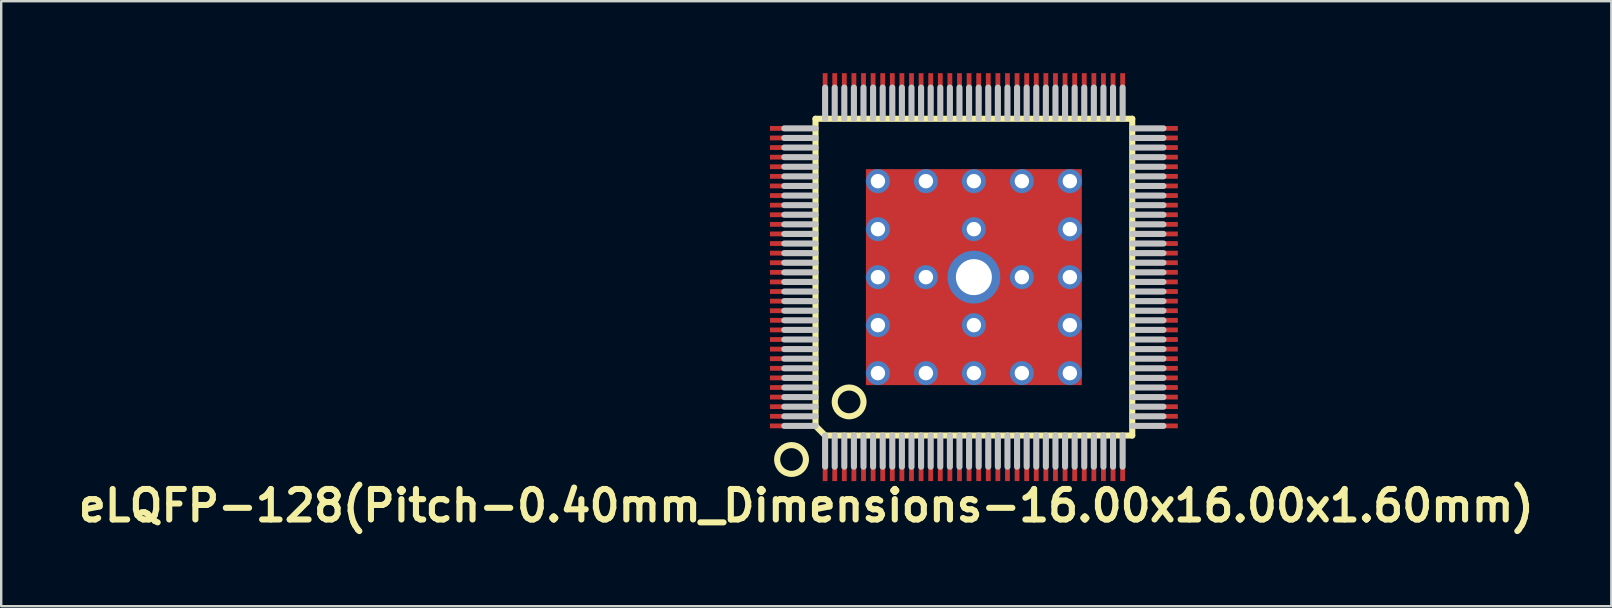
<source format=kicad_pcb>
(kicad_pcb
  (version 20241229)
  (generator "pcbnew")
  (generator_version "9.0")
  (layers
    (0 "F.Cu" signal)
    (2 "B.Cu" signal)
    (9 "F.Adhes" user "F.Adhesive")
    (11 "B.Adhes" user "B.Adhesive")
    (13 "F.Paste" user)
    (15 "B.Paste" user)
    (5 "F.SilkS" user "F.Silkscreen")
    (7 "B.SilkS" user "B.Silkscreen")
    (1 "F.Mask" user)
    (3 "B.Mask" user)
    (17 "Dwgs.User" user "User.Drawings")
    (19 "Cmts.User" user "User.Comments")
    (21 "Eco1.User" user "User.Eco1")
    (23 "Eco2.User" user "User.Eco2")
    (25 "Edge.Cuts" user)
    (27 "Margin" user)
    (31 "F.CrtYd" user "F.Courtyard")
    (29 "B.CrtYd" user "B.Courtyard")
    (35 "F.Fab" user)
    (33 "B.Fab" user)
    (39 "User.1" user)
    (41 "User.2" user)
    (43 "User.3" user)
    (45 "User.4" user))
  (footprint "eLQFP-128(Pitch-0.40mm_Dimensions-16.00x16.00x1.60mm)"
    (layer "F.Cu")
    (at 37.538 8.5)
    (property "Reference" "eLQFP-128(Pitch-0.40mm_Dimensions-16.00x16.00x1.60mm)" (at -6.985 9.525 0) (layer "F.SilkS") (effects (font (size 1.27 1.27) (thickness 0.254))))
    (attr smd)
    (fp_line (start -6.6 -6.6) (end 6.6 -6.6) (stroke (width 0.254) (type solid)) (layer "F.SilkS"))
    (fp_line (start -6.6 6.2) (end -6.6 -6.6) (stroke (width 0.254) (type solid)) (layer "F.SilkS"))
    (fp_line (start -6.2 6.6) (end -6.6 6.2) (stroke (width 0.254) (type solid)) (layer "F.SilkS"))
    (fp_line (start 6.6 -6.6) (end 6.6 6.6) (stroke (width 0.254) (type solid)) (layer "F.SilkS"))
    (fp_line (start 6.6 6.6) (end -6.2 6.6) (stroke (width 0.254) (type solid)) (layer "F.SilkS"))
    (fp_circle (center -7.6 7.6) (end -7 7.6) (stroke (width 0.254) (type solid)) (fill no) (layer "F.SilkS"))
    (fp_circle (center -5.2 5.2) (end -4.6 5.2) (stroke (width 0.254) (type solid)) (fill no) (layer "F.SilkS"))
    (fp_poly (pts (xy -3.5 -0.5) (xy -3.5 -3.5) (xy -0.5 -3.5) (xy -0.5 -1) (xy -1 -0.5) (xy -3.25 -0.5)) (stroke (width 0) (type solid)) (fill yes) (layer "F.Paste"))
    (fp_poly (pts (xy -0.5 3.5) (xy -3.5 3.5) (xy -3.5 0.5) (xy -1 0.5) (xy -0.5 1) (xy -0.5 3.25)) (stroke (width 0) (type solid)) (fill yes) (layer "F.Paste"))
    (fp_poly (pts (xy 0.5 -3.5) (xy 3.5 -3.5) (xy 3.5 -0.5) (xy 1 -0.5) (xy 0.5 -1) (xy 0.5 -3.25)) (stroke (width 0) (type solid)) (fill yes) (layer "F.Paste"))
    (fp_poly (pts (xy 3.5 0.5) (xy 3.5 3.5) (xy 0.5 3.5) (xy 0.5 1) (xy 1 0.5) (xy 3.25 0.5)) (stroke (width 0) (type solid)) (fill yes) (layer "F.Paste"))
    (fp_line (start -7.9 -6.2) (end -6.6 -6.2) (stroke (width 0.254) (type solid)) (layer "Dwgs.User"))
    (fp_line (start -7.9 -5.8) (end -6.6 -5.8) (stroke (width 0.254) (type solid)) (layer "Dwgs.User"))
    (fp_line (start -7.9 -5.4) (end -6.6 -5.4) (stroke (width 0.254) (type solid)) (layer "Dwgs.User"))
    (fp_line (start -7.9 -5) (end -6.6 -5) (stroke (width 0.254) (type solid)) (layer "Dwgs.User"))
    (fp_line (start -7.9 -4.6) (end -6.6 -4.6) (stroke (width 0.254) (type solid)) (layer "Dwgs.User"))
    (fp_line (start -7.9 -4.2) (end -6.6 -4.2) (stroke (width 0.254) (type solid)) (layer "Dwgs.User"))
    (fp_line (start -7.9 -3.8) (end -6.6 -3.8) (stroke (width 0.254) (type solid)) (layer "Dwgs.User"))
    (fp_line (start -7.9 -3.4) (end -6.6 -3.4) (stroke (width 0.254) (type solid)) (layer "Dwgs.User"))
    (fp_line (start -7.9 -3) (end -6.6 -3) (stroke (width 0.254) (type solid)) (layer "Dwgs.User"))
    (fp_line (start -7.9 -2.6) (end -6.6 -2.6) (stroke (width 0.254) (type solid)) (layer "Dwgs.User"))
    (fp_line (start -7.9 -2.2) (end -6.6 -2.2) (stroke (width 0.254) (type solid)) (layer "Dwgs.User"))
    (fp_line (start -7.9 -1.8) (end -6.6 -1.8) (stroke (width 0.254) (type solid)) (layer "Dwgs.User"))
    (fp_line (start -7.9 -1.4) (end -6.6 -1.4) (stroke (width 0.254) (type solid)) (layer "Dwgs.User"))
    (fp_line (start -7.9 -1) (end -6.6 -1) (stroke (width 0.254) (type solid)) (layer "Dwgs.User"))
    (fp_line (start -7.9 -0.6) (end -6.6 -0.6) (stroke (width 0.254) (type solid)) (layer "Dwgs.User"))
    (fp_line (start -7.9 -0.2) (end -6.6 -0.2) (stroke (width 0.254) (type solid)) (layer "Dwgs.User"))
    (fp_line (start -7.9 0.2) (end -6.6 0.2) (stroke (width 0.254) (type solid)) (layer "Dwgs.User"))
    (fp_line (start -7.9 0.6) (end -6.6 0.6) (stroke (width 0.254) (type solid)) (layer "Dwgs.User"))
    (fp_line (start -7.9 1) (end -6.6 1) (stroke (width 0.254) (type solid)) (layer "Dwgs.User"))
    (fp_line (start -7.9 1.4) (end -6.6 1.4) (stroke (width 0.254) (type solid)) (layer "Dwgs.User"))
    (fp_line (start -7.9 1.8) (end -6.6 1.8) (stroke (width 0.254) (type solid)) (layer "Dwgs.User"))
    (fp_line (start -7.9 2.2) (end -6.6 2.2) (stroke (width 0.254) (type solid)) (layer "Dwgs.User"))
    (fp_line (start -7.9 2.6) (end -6.6 2.6) (stroke (width 0.254) (type solid)) (layer "Dwgs.User"))
    (fp_line (start -7.9 3) (end -6.6 3) (stroke (width 0.254) (type solid)) (layer "Dwgs.User"))
    (fp_line (start -7.9 3.4) (end -6.6 3.4) (stroke (width 0.254) (type solid)) (layer "Dwgs.User"))
    (fp_line (start -7.9 3.8) (end -6.6 3.8) (stroke (width 0.254) (type solid)) (layer "Dwgs.User"))
    (fp_line (start -7.9 4.2) (end -6.6 4.2) (stroke (width 0.254) (type solid)) (layer "Dwgs.User"))
    (fp_line (start -7.9 4.6) (end -6.6 4.6) (stroke (width 0.254) (type solid)) (layer "Dwgs.User"))
    (fp_line (start -7.9 5) (end -6.6 5) (stroke (width 0.254) (type solid)) (layer "Dwgs.User"))
    (fp_line (start -7.9 5.4) (end -6.6 5.4) (stroke (width 0.254) (type solid)) (layer "Dwgs.User"))
    (fp_line (start -7.9 5.8) (end -6.6 5.8) (stroke (width 0.254) (type solid)) (layer "Dwgs.User"))
    (fp_line (start -7.9 6.2) (end -6.6 6.2) (stroke (width 0.254) (type solid)) (layer "Dwgs.User"))
    (fp_line (start -6.2 -7.9) (end -6.2 -6.6) (stroke (width 0.254) (type solid)) (layer "Dwgs.User"))
    (fp_line (start -6.2 6.6) (end -6.2 7.9) (stroke (width 0.254) (type solid)) (layer "Dwgs.User"))
    (fp_line (start -5.8 -7.9) (end -5.8 -6.6) (stroke (width 0.254) (type solid)) (layer "Dwgs.User"))
    (fp_line (start -5.8 6.6) (end -5.8 7.9) (stroke (width 0.254) (type solid)) (layer "Dwgs.User"))
    (fp_line (start -5.4 -7.9) (end -5.4 -6.6) (stroke (width 0.254) (type solid)) (layer "Dwgs.User"))
    (fp_line (start -5.4 6.6) (end -5.4 7.9) (stroke (width 0.254) (type solid)) (layer "Dwgs.User"))
    (fp_line (start -5 -7.9) (end -5 -6.6) (stroke (width 0.254) (type solid)) (layer "Dwgs.User"))
    (fp_line (start -5 6.6) (end -5 7.9) (stroke (width 0.254) (type solid)) (layer "Dwgs.User"))
    (fp_line (start -4.6 -7.9) (end -4.6 -6.6) (stroke (width 0.254) (type solid)) (layer "Dwgs.User"))
    (fp_line (start -4.6 6.6) (end -4.6 7.9) (stroke (width 0.254) (type solid)) (layer "Dwgs.User"))
    (fp_line (start -4.2 -7.9) (end -4.2 -6.6) (stroke (width 0.254) (type solid)) (layer "Dwgs.User"))
    (fp_line (start -4.2 6.6) (end -4.2 7.9) (stroke (width 0.254) (type solid)) (layer "Dwgs.User"))
    (fp_line (start -3.8 -7.9) (end -3.8 -6.6) (stroke (width 0.254) (type solid)) (layer "Dwgs.User"))
    (fp_line (start -3.8 6.6) (end -3.8 7.9) (stroke (width 0.254) (type solid)) (layer "Dwgs.User"))
    (fp_line (start -3.4 -7.9) (end -3.4 -6.6) (stroke (width 0.254) (type solid)) (layer "Dwgs.User"))
    (fp_line (start -3.4 6.6) (end -3.4 7.9) (stroke (width 0.254) (type solid)) (layer "Dwgs.User"))
    (fp_line (start -3 -7.9) (end -3 -6.6) (stroke (width 0.254) (type solid)) (layer "Dwgs.User"))
    (fp_line (start -3 6.6) (end -3 7.9) (stroke (width 0.254) (type solid)) (layer "Dwgs.User"))
    (fp_line (start -2.6 -7.9) (end -2.6 -6.6) (stroke (width 0.254) (type solid)) (layer "Dwgs.User"))
    (fp_line (start -2.6 6.6) (end -2.6 7.9) (stroke (width 0.254) (type solid)) (layer "Dwgs.User"))
    (fp_line (start -2.2 -7.9) (end -2.2 -6.6) (stroke (width 0.254) (type solid)) (layer "Dwgs.User"))
    (fp_line (start -2.2 6.6) (end -2.2 7.9) (stroke (width 0.254) (type solid)) (layer "Dwgs.User"))
    (fp_line (start -1.8 -7.9) (end -1.8 -6.6) (stroke (width 0.254) (type solid)) (layer "Dwgs.User"))
    (fp_line (start -1.8 6.6) (end -1.8 7.9) (stroke (width 0.254) (type solid)) (layer "Dwgs.User"))
    (fp_line (start -1.4 -7.9) (end -1.4 -6.6) (stroke (width 0.254) (type solid)) (layer "Dwgs.User"))
    (fp_line (start -1.4 6.6) (end -1.4 7.9) (stroke (width 0.254) (type solid)) (layer "Dwgs.User"))
    (fp_line (start -1 -7.9) (end -1 -6.6) (stroke (width 0.254) (type solid)) (layer "Dwgs.User"))
    (fp_line (start -1 6.6) (end -1 7.9) (stroke (width 0.254) (type solid)) (layer "Dwgs.User"))
    (fp_line (start -0.6 -7.9) (end -0.6 -6.6) (stroke (width 0.254) (type solid)) (layer "Dwgs.User"))
    (fp_line (start -0.6 6.6) (end -0.6 7.9) (stroke (width 0.254) (type solid)) (layer "Dwgs.User"))
    (fp_line (start -0.2 -7.9) (end -0.2 -6.6) (stroke (width 0.254) (type solid)) (layer "Dwgs.User"))
    (fp_line (start -0.2 6.6) (end -0.2 7.9) (stroke (width 0.254) (type solid)) (layer "Dwgs.User"))
    (fp_line (start 0.2 -7.9) (end 0.2 -6.6) (stroke (width 0.254) (type solid)) (layer "Dwgs.User"))
    (fp_line (start 0.2 6.6) (end 0.2 7.9) (stroke (width 0.254) (type solid)) (layer "Dwgs.User"))
    (fp_line (start 0.6 -7.9) (end 0.6 -6.6) (stroke (width 0.254) (type solid)) (layer "Dwgs.User"))
    (fp_line (start 0.6 6.6) (end 0.6 7.9) (stroke (width 0.254) (type solid)) (layer "Dwgs.User"))
    (fp_line (start 1 -7.9) (end 1 -6.6) (stroke (width 0.254) (type solid)) (layer "Dwgs.User"))
    (fp_line (start 1 6.6) (end 1 7.9) (stroke (width 0.254) (type solid)) (layer "Dwgs.User"))
    (fp_line (start 1.4 -7.9) (end 1.4 -6.6) (stroke (width 0.254) (type solid)) (layer "Dwgs.User"))
    (fp_line (start 1.4 6.6) (end 1.4 7.9) (stroke (width 0.254) (type solid)) (layer "Dwgs.User"))
    (fp_line (start 1.8 -7.9) (end 1.8 -6.6) (stroke (width 0.254) (type solid)) (layer "Dwgs.User"))
    (fp_line (start 1.8 6.6) (end 1.8 7.9) (stroke (width 0.254) (type solid)) (layer "Dwgs.User"))
    (fp_line (start 2.2 -7.9) (end 2.2 -6.6) (stroke (width 0.254) (type solid)) (layer "Dwgs.User"))
    (fp_line (start 2.2 6.6) (end 2.2 7.9) (stroke (width 0.254) (type solid)) (layer "Dwgs.User"))
    (fp_line (start 2.6 -7.9) (end 2.6 -6.6) (stroke (width 0.254) (type solid)) (layer "Dwgs.User"))
    (fp_line (start 2.6 6.6) (end 2.6 7.9) (stroke (width 0.254) (type solid)) (layer "Dwgs.User"))
    (fp_line (start 3 -7.9) (end 3 -6.6) (stroke (width 0.254) (type solid)) (layer "Dwgs.User"))
    (fp_line (start 3 6.6) (end 3 7.9) (stroke (width 0.254) (type solid)) (layer "Dwgs.User"))
    (fp_line (start 3.4 -7.9) (end 3.4 -6.6) (stroke (width 0.254) (type solid)) (layer "Dwgs.User"))
    (fp_line (start 3.4 6.6) (end 3.4 7.9) (stroke (width 0.254) (type solid)) (layer "Dwgs.User"))
    (fp_line (start 3.8 -7.9) (end 3.8 -6.6) (stroke (width 0.254) (type solid)) (layer "Dwgs.User"))
    (fp_line (start 3.8 6.6) (end 3.8 7.9) (stroke (width 0.254) (type solid)) (layer "Dwgs.User"))
    (fp_line (start 4.2 -7.9) (end 4.2 -6.6) (stroke (width 0.254) (type solid)) (layer "Dwgs.User"))
    (fp_line (start 4.2 6.6) (end 4.2 7.9) (stroke (width 0.254) (type solid)) (layer "Dwgs.User"))
    (fp_line (start 4.6 -7.9) (end 4.6 -6.6) (stroke (width 0.254) (type solid)) (layer "Dwgs.User"))
    (fp_line (start 4.6 6.6) (end 4.6 7.9) (stroke (width 0.254) (type solid)) (layer "Dwgs.User"))
    (fp_line (start 5 -7.9) (end 5 -6.6) (stroke (width 0.254) (type solid)) (layer "Dwgs.User"))
    (fp_line (start 5 6.6) (end 5 7.9) (stroke (width 0.254) (type solid)) (layer "Dwgs.User"))
    (fp_line (start 5.4 -7.9) (end 5.4 -6.6) (stroke (width 0.254) (type solid)) (layer "Dwgs.User"))
    (fp_line (start 5.4 6.6) (end 5.4 7.9) (stroke (width 0.254) (type solid)) (layer "Dwgs.User"))
    (fp_line (start 5.8 -7.9) (end 5.8 -6.6) (stroke (width 0.254) (type solid)) (layer "Dwgs.User"))
    (fp_line (start 5.8 6.6) (end 5.8 7.9) (stroke (width 0.254) (type solid)) (layer "Dwgs.User"))
    (fp_line (start 6.2 -7.9) (end 6.2 -6.6) (stroke (width 0.254) (type solid)) (layer "Dwgs.User"))
    (fp_line (start 6.2 6.6) (end 6.2 7.9) (stroke (width 0.254) (type solid)) (layer "Dwgs.User"))
    (fp_line (start 6.6 -6.2) (end 7.9 -6.2) (stroke (width 0.254) (type solid)) (layer "Dwgs.User"))
    (fp_line (start 6.6 -5.8) (end 7.9 -5.8) (stroke (width 0.254) (type solid)) (layer "Dwgs.User"))
    (fp_line (start 6.6 -5.4) (end 7.9 -5.4) (stroke (width 0.254) (type solid)) (layer "Dwgs.User"))
    (fp_line (start 6.6 -5) (end 7.9 -5) (stroke (width 0.254) (type solid)) (layer "Dwgs.User"))
    (fp_line (start 6.6 -4.6) (end 7.9 -4.6) (stroke (width 0.254) (type solid)) (layer "Dwgs.User"))
    (fp_line (start 6.6 -4.2) (end 7.9 -4.2) (stroke (width 0.254) (type solid)) (layer "Dwgs.User"))
    (fp_line (start 6.6 -3.8) (end 7.9 -3.8) (stroke (width 0.254) (type solid)) (layer "Dwgs.User"))
    (fp_line (start 6.6 -3.4) (end 7.9 -3.4) (stroke (width 0.254) (type solid)) (layer "Dwgs.User"))
    (fp_line (start 6.6 -3) (end 7.9 -3) (stroke (width 0.254) (type solid)) (layer "Dwgs.User"))
    (fp_line (start 6.6 -2.6) (end 7.9 -2.6) (stroke (width 0.254) (type solid)) (layer "Dwgs.User"))
    (fp_line (start 6.6 -2.2) (end 7.9 -2.2) (stroke (width 0.254) (type solid)) (layer "Dwgs.User"))
    (fp_line (start 6.6 -1.8) (end 7.9 -1.8) (stroke (width 0.254) (type solid)) (layer "Dwgs.User"))
    (fp_line (start 6.6 -1.4) (end 7.9 -1.4) (stroke (width 0.254) (type solid)) (layer "Dwgs.User"))
    (fp_line (start 6.6 -1) (end 7.9 -1) (stroke (width 0.254) (type solid)) (layer "Dwgs.User"))
    (fp_line (start 6.6 -0.6) (end 7.9 -0.6) (stroke (width 0.254) (type solid)) (layer "Dwgs.User"))
    (fp_line (start 6.6 -0.2) (end 7.9 -0.2) (stroke (width 0.254) (type solid)) (layer "Dwgs.User"))
    (fp_line (start 6.6 0.2) (end 7.9 0.2) (stroke (width 0.254) (type solid)) (layer "Dwgs.User"))
    (fp_line (start 6.6 0.6) (end 7.9 0.6) (stroke (width 0.254) (type solid)) (layer "Dwgs.User"))
    (fp_line (start 6.6 1) (end 7.9 1) (stroke (width 0.254) (type solid)) (layer "Dwgs.User"))
    (fp_line (start 6.6 1.4) (end 7.9 1.4) (stroke (width 0.254) (type solid)) (layer "Dwgs.User"))
    (fp_line (start 6.6 1.8) (end 7.9 1.8) (stroke (width 0.254) (type solid)) (layer "Dwgs.User"))
    (fp_line (start 6.6 2.2) (end 7.9 2.2) (stroke (width 0.254) (type solid)) (layer "Dwgs.User"))
    (fp_line (start 6.6 2.6) (end 7.9 2.6) (stroke (width 0.254) (type solid)) (layer "Dwgs.User"))
    (fp_line (start 6.6 3) (end 7.9 3) (stroke (width 0.254) (type solid)) (layer "Dwgs.User"))
    (fp_line (start 6.6 3.4) (end 7.9 3.4) (stroke (width 0.254) (type solid)) (layer "Dwgs.User"))
    (fp_line (start 6.6 3.8) (end 7.9 3.8) (stroke (width 0.254) (type solid)) (layer "Dwgs.User"))
    (fp_line (start 6.6 4.2) (end 7.9 4.2) (stroke (width 0.254) (type solid)) (layer "Dwgs.User"))
    (fp_line (start 6.6 4.6) (end 7.9 4.6) (stroke (width 0.254) (type solid)) (layer "Dwgs.User"))
    (fp_line (start 6.6 5) (end 7.9 5) (stroke (width 0.254) (type solid)) (layer "Dwgs.User"))
    (fp_line (start 6.6 5.4) (end 7.9 5.4) (stroke (width 0.254) (type solid)) (layer "Dwgs.User"))
    (fp_line (start 6.6 5.8) (end 7.9 5.8) (stroke (width 0.254) (type solid)) (layer "Dwgs.User"))
    (fp_line (start 6.6 6.2) (end 7.9 6.2) (stroke (width 0.254) (type solid)) (layer "Dwgs.User"))
    (pad "1" smd rect (at -6.2 7.75) (size 0.2 1.5) (layers "F.Cu" "F.Mask" "F.Paste"))
    (pad "2" smd rect (at -5.8 7.75) (size 0.2 1.5) (layers "F.Cu" "F.Mask" "F.Paste"))
    (pad "3" smd rect (at -5.4 7.75) (size 0.2 1.5) (layers "F.Cu" "F.Mask" "F.Paste"))
    (pad "4" smd rect (at -5 7.75) (size 0.2 1.5) (layers "F.Cu" "F.Mask" "F.Paste"))
    (pad "5" smd rect (at -4.6 7.75) (size 0.2 1.5) (layers "F.Cu" "F.Mask" "F.Paste"))
    (pad "6" smd rect (at -4.2 7.75) (size 0.2 1.5) (layers "F.Cu" "F.Mask" "F.Paste"))
    (pad "7" smd rect (at -3.8 7.75) (size 0.2 1.5) (layers "F.Cu" "F.Mask" "F.Paste"))
    (pad "8" smd rect (at -3.4 7.75) (size 0.2 1.5) (layers "F.Cu" "F.Mask" "F.Paste"))
    (pad "9" smd rect (at -3 7.75) (size 0.2 1.5) (layers "F.Cu" "F.Mask" "F.Paste"))
    (pad "10" smd rect (at -2.6 7.75) (size 0.2 1.5) (layers "F.Cu" "F.Mask" "F.Paste"))
    (pad "11" smd rect (at -2.2 7.75) (size 0.2 1.5) (layers "F.Cu" "F.Mask" "F.Paste"))
    (pad "12" smd rect (at -1.8 7.75) (size 0.2 1.5) (layers "F.Cu" "F.Mask" "F.Paste"))
    (pad "13" smd rect (at -1.4 7.75) (size 0.2 1.5) (layers "F.Cu" "F.Mask" "F.Paste"))
    (pad "14" smd rect (at -1 7.75) (size 0.2 1.5) (layers "F.Cu" "F.Mask" "F.Paste"))
    (pad "15" smd rect (at -0.6 7.75) (size 0.2 1.5) (layers "F.Cu" "F.Mask" "F.Paste"))
    (pad "16" smd rect (at -0.2 7.75) (size 0.2 1.5) (layers "F.Cu" "F.Mask" "F.Paste"))
    (pad "17" smd rect (at 0.2 7.75) (size 0.2 1.5) (layers "F.Cu" "F.Mask" "F.Paste"))
    (pad "18" smd rect (at 0.6 7.75) (size 0.2 1.5) (layers "F.Cu" "F.Mask" "F.Paste"))
    (pad "19" smd rect (at 1 7.75) (size 0.2 1.5) (layers "F.Cu" "F.Mask" "F.Paste"))
    (pad "20" smd rect (at 1.4 7.75) (size 0.2 1.5) (layers "F.Cu" "F.Mask" "F.Paste"))
    (pad "21" smd rect (at 1.8 7.75) (size 0.2 1.5) (layers "F.Cu" "F.Mask" "F.Paste"))
    (pad "22" smd rect (at 2.2 7.75) (size 0.2 1.5) (layers "F.Cu" "F.Mask" "F.Paste"))
    (pad "23" smd rect (at 2.6 7.75) (size 0.2 1.5) (layers "F.Cu" "F.Mask" "F.Paste"))
    (pad "24" smd rect (at 3 7.75) (size 0.2 1.5) (layers "F.Cu" "F.Mask" "F.Paste"))
    (pad "25" smd rect (at 3.4 7.75) (size 0.2 1.5) (layers "F.Cu" "F.Mask" "F.Paste"))
    (pad "26" smd rect (at 3.8 7.75) (size 0.2 1.5) (layers "F.Cu" "F.Mask" "F.Paste"))
    (pad "27" smd rect (at 4.2 7.75) (size 0.2 1.5) (layers "F.Cu" "F.Mask" "F.Paste"))
    (pad "28" smd rect (at 4.6 7.75) (size 0.2 1.5) (layers "F.Cu" "F.Mask" "F.Paste"))
    (pad "29" smd rect (at 5 7.75) (size 0.2 1.5) (layers "F.Cu" "F.Mask" "F.Paste"))
    (pad "30" smd rect (at 5.4 7.75) (size 0.2 1.5) (layers "F.Cu" "F.Mask" "F.Paste"))
    (pad "31" smd rect (at 5.8 7.75) (size 0.2 1.5) (layers "F.Cu" "F.Mask" "F.Paste"))
    (pad "32" smd rect (at 6.2 7.75) (size 0.2 1.5) (layers "F.Cu" "F.Mask" "F.Paste"))
    (pad "33" smd rect (at 7.75 6.2 90) (size 0.2 1.5) (layers "F.Cu" "F.Mask" "F.Paste"))
    (pad "34" smd rect (at 7.75 5.8 90) (size 0.2 1.5) (layers "F.Cu" "F.Mask" "F.Paste"))
    (pad "35" smd rect (at 7.75 5.4 90) (size 0.2 1.5) (layers "F.Cu" "F.Mask" "F.Paste"))
    (pad "36" smd rect (at 7.75 5 90) (size 0.2 1.5) (layers "F.Cu" "F.Mask" "F.Paste"))
    (pad "37" smd rect (at 7.75 4.6 90) (size 0.2 1.5) (layers "F.Cu" "F.Mask" "F.Paste"))
    (pad "38" smd rect (at 7.75 4.2 90) (size 0.2 1.5) (layers "F.Cu" "F.Mask" "F.Paste"))
    (pad "39" smd rect (at 7.75 3.8 90) (size 0.2 1.5) (layers "F.Cu" "F.Mask" "F.Paste"))
    (pad "40" smd rect (at 7.75 3.4 90) (size 0.2 1.5) (layers "F.Cu" "F.Mask" "F.Paste"))
    (pad "41" smd rect (at 7.75 3 90) (size 0.2 1.5) (layers "F.Cu" "F.Mask" "F.Paste"))
    (pad "42" smd rect (at 7.75 2.6 90) (size 0.2 1.5) (layers "F.Cu" "F.Mask" "F.Paste"))
    (pad "43" smd rect (at 7.75 2.2 90) (size 0.2 1.5) (layers "F.Cu" "F.Mask" "F.Paste"))
    (pad "44" smd rect (at 7.75 1.8 90) (size 0.2 1.5) (layers "F.Cu" "F.Mask" "F.Paste"))
    (pad "45" smd rect (at 7.75 1.4 90) (size 0.2 1.5) (layers "F.Cu" "F.Mask" "F.Paste"))
    (pad "46" smd rect (at 7.75 1 90) (size 0.2 1.5) (layers "F.Cu" "F.Mask" "F.Paste"))
    (pad "47" smd rect (at 7.75 0.6 90) (size 0.2 1.5) (layers "F.Cu" "F.Mask" "F.Paste"))
    (pad "48" smd rect (at 7.75 0.2 90) (size 0.2 1.5) (layers "F.Cu" "F.Mask" "F.Paste"))
    (pad "49" smd rect (at 7.75 -0.2 90) (size 0.2 1.5) (layers "F.Cu" "F.Mask" "F.Paste"))
    (pad "50" smd rect (at 7.75 -0.6 90) (size 0.2 1.5) (layers "F.Cu" "F.Mask" "F.Paste"))
    (pad "51" smd rect (at 7.75 -1 90) (size 0.2 1.5) (layers "F.Cu" "F.Mask" "F.Paste"))
    (pad "52" smd rect (at 7.75 -1.4 90) (size 0.2 1.5) (layers "F.Cu" "F.Mask" "F.Paste"))
    (pad "53" smd rect (at 7.75 -1.8 90) (size 0.2 1.5) (layers "F.Cu" "F.Mask" "F.Paste"))
    (pad "54" smd rect (at 7.75 -2.2 90) (size 0.2 1.5) (layers "F.Cu" "F.Mask" "F.Paste"))
    (pad "55" smd rect (at 7.75 -2.6 90) (size 0.2 1.5) (layers "F.Cu" "F.Mask" "F.Paste"))
    (pad "56" smd rect (at 7.75 -3 90) (size 0.2 1.5) (layers "F.Cu" "F.Mask" "F.Paste"))
    (pad "57" smd rect (at 7.75 -3.4 90) (size 0.2 1.5) (layers "F.Cu" "F.Mask" "F.Paste"))
    (pad "58" smd rect (at 7.75 -3.8 90) (size 0.2 1.5) (layers "F.Cu" "F.Mask" "F.Paste"))
    (pad "59" smd rect (at 7.75 -4.2 90) (size 0.2 1.5) (layers "F.Cu" "F.Mask" "F.Paste"))
    (pad "60" smd rect (at 7.75 -4.6 90) (size 0.2 1.5) (layers "F.Cu" "F.Mask" "F.Paste"))
    (pad "61" smd rect (at 7.75 -5 90) (size 0.2 1.5) (layers "F.Cu" "F.Mask" "F.Paste"))
    (pad "62" smd rect (at 7.75 -5.4 90) (size 0.2 1.5) (layers "F.Cu" "F.Mask" "F.Paste"))
    (pad "63" smd rect (at 7.75 -5.8 90) (size 0.2 1.5) (layers "F.Cu" "F.Mask" "F.Paste"))
    (pad "64" smd rect (at 7.75 -6.2 90) (size 0.2 1.5) (layers "F.Cu" "F.Mask" "F.Paste"))
    (pad "65" smd rect (at 6.2 -7.75 180) (size 0.2 1.5) (layers "F.Cu" "F.Mask" "F.Paste"))
    (pad "66" smd rect (at 5.8 -7.75 180) (size 0.2 1.5) (layers "F.Cu" "F.Mask" "F.Paste"))
    (pad "67" smd rect (at 5.4 -7.75 180) (size 0.2 1.5) (layers "F.Cu" "F.Mask" "F.Paste"))
    (pad "68" smd rect (at 5 -7.75 180) (size 0.2 1.5) (layers "F.Cu" "F.Mask" "F.Paste"))
    (pad "69" smd rect (at 4.6 -7.75 180) (size 0.2 1.5) (layers "F.Cu" "F.Mask" "F.Paste"))
    (pad "70" smd rect (at 4.2 -7.75 180) (size 0.2 1.5) (layers "F.Cu" "F.Mask" "F.Paste"))
    (pad "71" smd rect (at 3.8 -7.75 180) (size 0.2 1.5) (layers "F.Cu" "F.Mask" "F.Paste"))
    (pad "72" smd rect (at 3.4 -7.75 180) (size 0.2 1.5) (layers "F.Cu" "F.Mask" "F.Paste"))
    (pad "73" smd rect (at 3 -7.75 180) (size 0.2 1.5) (layers "F.Cu" "F.Mask" "F.Paste"))
    (pad "74" smd rect (at 2.6 -7.75 180) (size 0.2 1.5) (layers "F.Cu" "F.Mask" "F.Paste"))
    (pad "75" smd rect (at 2.2 -7.75 180) (size 0.2 1.5) (layers "F.Cu" "F.Mask" "F.Paste"))
    (pad "76" smd rect (at 1.8 -7.75 180) (size 0.2 1.5) (layers "F.Cu" "F.Mask" "F.Paste"))
    (pad "77" smd rect (at 1.4 -7.75 180) (size 0.2 1.5) (layers "F.Cu" "F.Mask" "F.Paste"))
    (pad "78" smd rect (at 1 -7.75 180) (size 0.2 1.5) (layers "F.Cu" "F.Mask" "F.Paste"))
    (pad "79" smd rect (at 0.6 -7.75 180) (size 0.2 1.5) (layers "F.Cu" "F.Mask" "F.Paste"))
    (pad "80" smd rect (at 0.2 -7.75 180) (size 0.2 1.5) (layers "F.Cu" "F.Mask" "F.Paste"))
    (pad "81" smd rect (at -0.2 -7.75 180) (size 0.2 1.5) (layers "F.Cu" "F.Mask" "F.Paste"))
    (pad "82" smd rect (at -0.6 -7.75 180) (size 0.2 1.5) (layers "F.Cu" "F.Mask" "F.Paste"))
    (pad "83" smd rect (at -1 -7.75 180) (size 0.2 1.5) (layers "F.Cu" "F.Mask" "F.Paste"))
    (pad "84" smd rect (at -1.4 -7.75 180) (size 0.2 1.5) (layers "F.Cu" "F.Mask" "F.Paste"))
    (pad "85" smd rect (at -1.8 -7.75 180) (size 0.2 1.5) (layers "F.Cu" "F.Mask" "F.Paste"))
    (pad "86" smd rect (at -2.2 -7.75 180) (size 0.2 1.5) (layers "F.Cu" "F.Mask" "F.Paste"))
    (pad "87" smd rect (at -2.6 -7.75 180) (size 0.2 1.5) (layers "F.Cu" "F.Mask" "F.Paste"))
    (pad "88" smd rect (at -3 -7.75 180) (size 0.2 1.5) (layers "F.Cu" "F.Mask" "F.Paste"))
    (pad "89" smd rect (at -3.4 -7.75 180) (size 0.2 1.5) (layers "F.Cu" "F.Mask" "F.Paste"))
    (pad "90" smd rect (at -3.8 -7.75 180) (size 0.2 1.5) (layers "F.Cu" "F.Mask" "F.Paste"))
    (pad "91" smd rect (at -4.2 -7.75 180) (size 0.2 1.5) (layers "F.Cu" "F.Mask" "F.Paste"))
    (pad "92" smd rect (at -4.6 -7.75 180) (size 0.2 1.5) (layers "F.Cu" "F.Mask" "F.Paste"))
    (pad "93" smd rect (at -5 -7.75 180) (size 0.2 1.5) (layers "F.Cu" "F.Mask" "F.Paste"))
    (pad "94" smd rect (at -5.4 -7.75 180) (size 0.2 1.5) (layers "F.Cu" "F.Mask" "F.Paste"))
    (pad "95" smd rect (at -5.8 -7.75 180) (size 0.2 1.5) (layers "F.Cu" "F.Mask" "F.Paste"))
    (pad "96" smd rect (at -6.2 -7.75 180) (size 0.2 1.5) (layers "F.Cu" "F.Mask" "F.Paste"))
    (pad "97" smd rect (at -7.75 -6.2 270) (size 0.2 1.5) (layers "F.Cu" "F.Mask" "F.Paste"))
    (pad "98" smd rect (at -7.75 -5.8 270) (size 0.2 1.5) (layers "F.Cu" "F.Mask" "F.Paste"))
    (pad "99" smd rect (at -7.75 -5.4 270) (size 0.2 1.5) (layers "F.Cu" "F.Mask" "F.Paste"))
    (pad "100" smd rect (at -7.75 -5 270) (size 0.2 1.5) (layers "F.Cu" "F.Mask" "F.Paste"))
    (pad "101" smd rect (at -7.75 -4.6 270) (size 0.2 1.5) (layers "F.Cu" "F.Mask" "F.Paste"))
    (pad "102" smd rect (at -7.75 -4.2 270) (size 0.2 1.5) (layers "F.Cu" "F.Mask" "F.Paste"))
    (pad "103" smd rect (at -7.75 -3.8 270) (size 0.2 1.5) (layers "F.Cu" "F.Mask" "F.Paste"))
    (pad "104" smd rect (at -7.75 -3.4 270) (size 0.2 1.5) (layers "F.Cu" "F.Mask" "F.Paste"))
    (pad "105" smd rect (at -7.75 -3 270) (size 0.2 1.5) (layers "F.Cu" "F.Mask" "F.Paste"))
    (pad "106" smd rect (at -7.75 -2.6 270) (size 0.2 1.5) (layers "F.Cu" "F.Mask" "F.Paste"))
    (pad "107" smd rect (at -7.75 -2.2 270) (size 0.2 1.5) (layers "F.Cu" "F.Mask" "F.Paste"))
    (pad "108" smd rect (at -7.75 -1.8 270) (size 0.2 1.5) (layers "F.Cu" "F.Mask" "F.Paste"))
    (pad "109" smd rect (at -7.75 -1.4 270) (size 0.2 1.5) (layers "F.Cu" "F.Mask" "F.Paste"))
    (pad "110" smd rect (at -7.75 -1 270) (size 0.2 1.5) (layers "F.Cu" "F.Mask" "F.Paste"))
    (pad "111" smd rect (at -7.75 -0.6 270) (size 0.2 1.5) (layers "F.Cu" "F.Mask" "F.Paste"))
    (pad "112" smd rect (at -7.75 -0.2 270) (size 0.2 1.5) (layers "F.Cu" "F.Mask" "F.Paste"))
    (pad "113" smd rect (at -7.75 0.2 270) (size 0.2 1.5) (layers "F.Cu" "F.Mask" "F.Paste"))
    (pad "114" smd rect (at -7.75 0.6 270) (size 0.2 1.5) (layers "F.Cu" "F.Mask" "F.Paste"))
    (pad "115" smd rect (at -7.75 1 270) (size 0.2 1.5) (layers "F.Cu" "F.Mask" "F.Paste"))
    (pad "116" smd rect (at -7.75 1.4 270) (size 0.2 1.5) (layers "F.Cu" "F.Mask" "F.Paste"))
    (pad "117" smd rect (at -7.75 1.8 270) (size 0.2 1.5) (layers "F.Cu" "F.Mask" "F.Paste"))
    (pad "118" smd rect (at -7.75 2.2 270) (size 0.2 1.5) (layers "F.Cu" "F.Mask" "F.Paste"))
    (pad "119" smd rect (at -7.75 2.6 270) (size 0.2 1.5) (layers "F.Cu" "F.Mask" "F.Paste"))
    (pad "120" smd rect (at -7.75 3 270) (size 0.2 1.5) (layers "F.Cu" "F.Mask" "F.Paste"))
    (pad "121" smd rect (at -7.75 3.4 270) (size 0.2 1.5) (layers "F.Cu" "F.Mask" "F.Paste"))
    (pad "122" smd rect (at -7.75 3.8 270) (size 0.2 1.5) (layers "F.Cu" "F.Mask" "F.Paste"))
    (pad "123" smd rect (at -7.75 4.2 270) (size 0.2 1.5) (layers "F.Cu" "F.Mask" "F.Paste"))
    (pad "124" smd rect (at -7.75 4.6 270) (size 0.2 1.5) (layers "F.Cu" "F.Mask" "F.Paste"))
    (pad "125" smd rect (at -7.75 5 270) (size 0.2 1.5) (layers "F.Cu" "F.Mask" "F.Paste"))
    (pad "126" smd rect (at -7.75 5.4 270) (size 0.2 1.5) (layers "F.Cu" "F.Mask" "F.Paste"))
    (pad "127" smd rect (at -7.75 5.8 270) (size 0.2 1.5) (layers "F.Cu" "F.Mask" "F.Paste"))
    (pad "128" smd rect (at -7.75 6.2 270) (size 0.2 1.5) (layers "F.Cu" "F.Mask" "F.Paste"))
    (pad "129" thru_hole oval (at -4 -4) (size 1 1) (drill 0.6) (layers "*.Cu"))
    (pad "129" thru_hole oval (at -4 -2) (size 1 1) (drill 0.6) (layers "*.Cu"))
    (pad "129" thru_hole oval (at -4 0) (size 1 1) (drill 0.6) (layers "*.Cu"))
    (pad "129" thru_hole oval (at -4 2) (size 1 1) (drill 0.6) (layers "*.Cu"))
    (pad "129" thru_hole oval (at -4 4) (size 1 1) (drill 0.6) (layers "*.Cu"))
    (pad "129" thru_hole oval (at -2 -4) (size 1 1) (drill 0.6) (layers "*.Cu"))
    (pad "129" thru_hole oval (at -2 0) (size 1 1) (drill 0.6) (layers "*.Cu"))
    (pad "129" thru_hole oval (at -2 4) (size 1 1) (drill 0.6) (layers "*.Cu"))
    (pad "129" thru_hole oval (at 0 -4) (size 1 1) (drill 0.6) (layers "*.Cu"))
    (pad "129" thru_hole oval (at 0 -2) (size 1 1) (drill 0.6) (layers "*.Cu"))
    (pad "129" thru_hole oval (at 0 0) (size 2.2 2.2) (drill 1.5) (layers "*.Cu" "*.Mask"))
    (pad "129" smd rect (at 0 0) (size 9 9) (layers "F.Cu" "F.Mask"))
    (pad "129" thru_hole oval (at 0 2) (size 1 1) (drill 0.6) (layers "*.Cu"))
    (pad "129" thru_hole oval (at 0 4) (size 1 1) (drill 0.6) (layers "*.Cu"))
    (pad "129" thru_hole oval (at 2 -4) (size 1 1) (drill 0.6) (layers "*.Cu"))
    (pad "129" thru_hole oval (at 2 0) (size 1 1) (drill 0.6) (layers "*.Cu"))
    (pad "129" thru_hole oval (at 2 4) (size 1 1) (drill 0.6) (layers "*.Cu"))
    (pad "129" thru_hole oval (at 4 -4) (size 1 1) (drill 0.6) (layers "*.Cu"))
    (pad "129" thru_hole oval (at 4 -2) (size 1 1) (drill 0.6) (layers "*.Cu"))
    (pad "129" thru_hole oval (at 4 0) (size 1 1) (drill 0.6) (layers "*.Cu"))
    (pad "129" thru_hole oval (at 4 2) (size 1 1) (drill 0.6) (layers "*.Cu"))
    (pad "129" thru_hole oval (at 4 4) (size 1 1) (drill 0.6) (layers "*.Cu")))
  (gr_rect
    (start -3 -3)
    (end 64.105 22.214)
    (stroke (width 0.1) (type default))
    (fill no)
    (layer "Edge.Cuts")))
</source>
